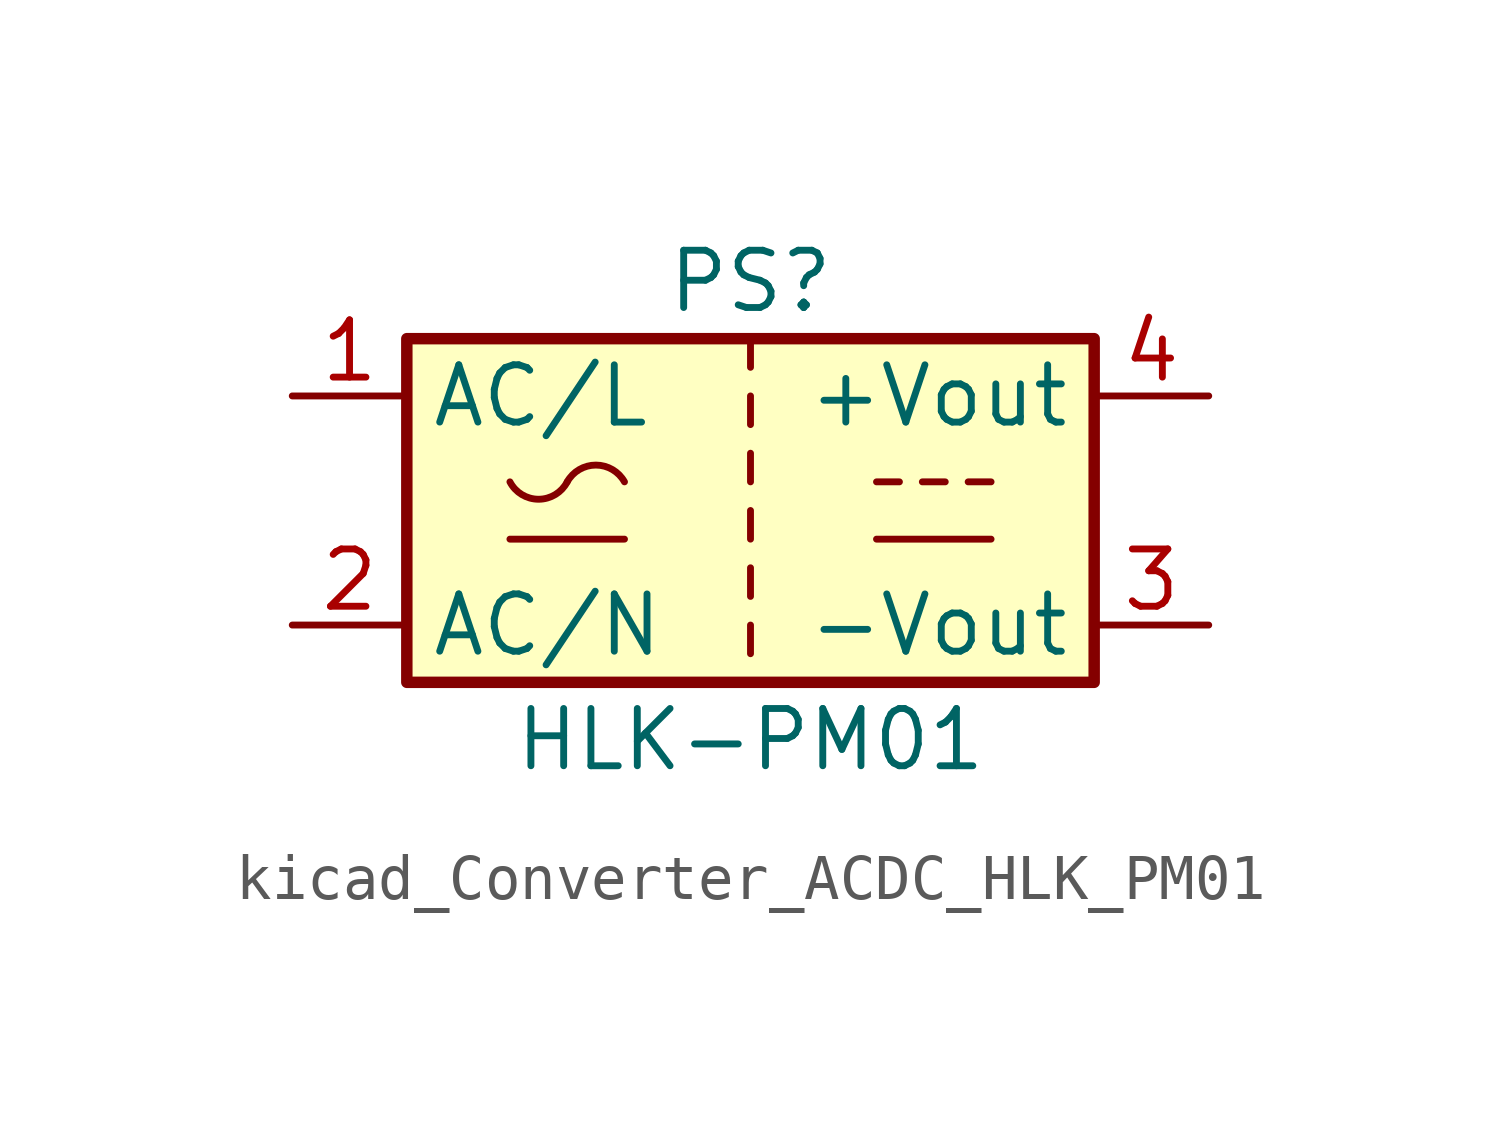
<source format=kicad_sym>
(kicad_symbol_lib
  (version 20220914)
  (generator kicad_symbol_editor)
  (symbol "kicad_Converter_ACDC_HLK_PM01"
    (property "Reference" "PS"
      (at 0 5.08 0)
      (effects (font (size 1.27 1.27))))
    (property "Value" "HLK-PM01"
      (at 0 -5.08 0)
      (effects (font (size 1.27 1.27))))
    (symbol "kicad_Converter_ACDC_HLK_PM01_0_1"
      (rectangle (start -7.62 3.81) (end 7.62 -3.81) (stroke (width 0.254) (type default)) (fill (type background)))
      (arc (start -5.334 0.635) (mid -4.699 0.2495) (end -4.064 0.635) (stroke (width 0) (type default)) (fill (type none)))
      (arc (start -2.794 0.635) (mid -3.429 1.0072) (end -4.064 0.635) (stroke (width 0) (type default)) (fill (type none)))
      (polyline (pts (xy -5.334 -0.635) (xy -2.794 -0.635)) (stroke (width 0) (type default)) (fill (type none)))
      (polyline (pts (xy 0 -2.54) (xy 0 -3.175)) (stroke (width 0) (type default)) (fill (type none)))
      (polyline (pts (xy 0 -1.27) (xy 0 -1.905)) (stroke (width 0) (type default)) (fill (type none)))
      (polyline (pts (xy 0 0) (xy 0 -0.635)) (stroke (width 0) (type default)) (fill (type none)))
      (polyline (pts (xy 0 1.27) (xy 0 0.635)) (stroke (width 0) (type default)) (fill (type none)))
      (polyline (pts (xy 0 2.54) (xy 0 1.905)) (stroke (width 0) (type default)) (fill (type none)))
      (polyline (pts (xy 0 3.81) (xy 0 3.175)) (stroke (width 0) (type default)) (fill (type none)))
      (polyline (pts (xy 2.794 -0.635) (xy 5.334 -0.635)) (stroke (width 0) (type default)) (fill (type none)))
      (polyline (pts (xy 2.794 0.635) (xy 3.302 0.635)) (stroke (width 0) (type default)) (fill (type none)))
      (polyline (pts (xy 3.81 0.635) (xy 4.318 0.635)) (stroke (width 0) (type default)) (fill (type none)))
      (polyline (pts (xy 4.826 0.635) (xy 5.334 0.635)) (stroke (width 0) (type default)) (fill (type none))))
    (symbol "kicad_Converter_ACDC_HLK_PM01_1_1"
      (pin power_in line (at -10.16 2.54 0) (length 2.54) (name "AC/L" (effects (font (size 1.27 1.27)))) (number "1" (effects (font (size 1.27 1.27)))))
      (pin power_in line (at -10.16 -2.54 0) (length 2.54) (name "AC/N" (effects (font (size 1.27 1.27)))) (number "2" (effects (font (size 1.27 1.27)))))
      (pin power_out line (at 10.16 -2.54 180) (length 2.54) (name "-Vout" (effects (font (size 1.27 1.27)))) (number "3" (effects (font (size 1.27 1.27)))))
      (pin power_out line (at 10.16 2.54 180) (length 2.54) (name "+Vout" (effects (font (size 1.27 1.27)))) (number "4" (effects (font (size 1.27 1.27))))))))
</source>
